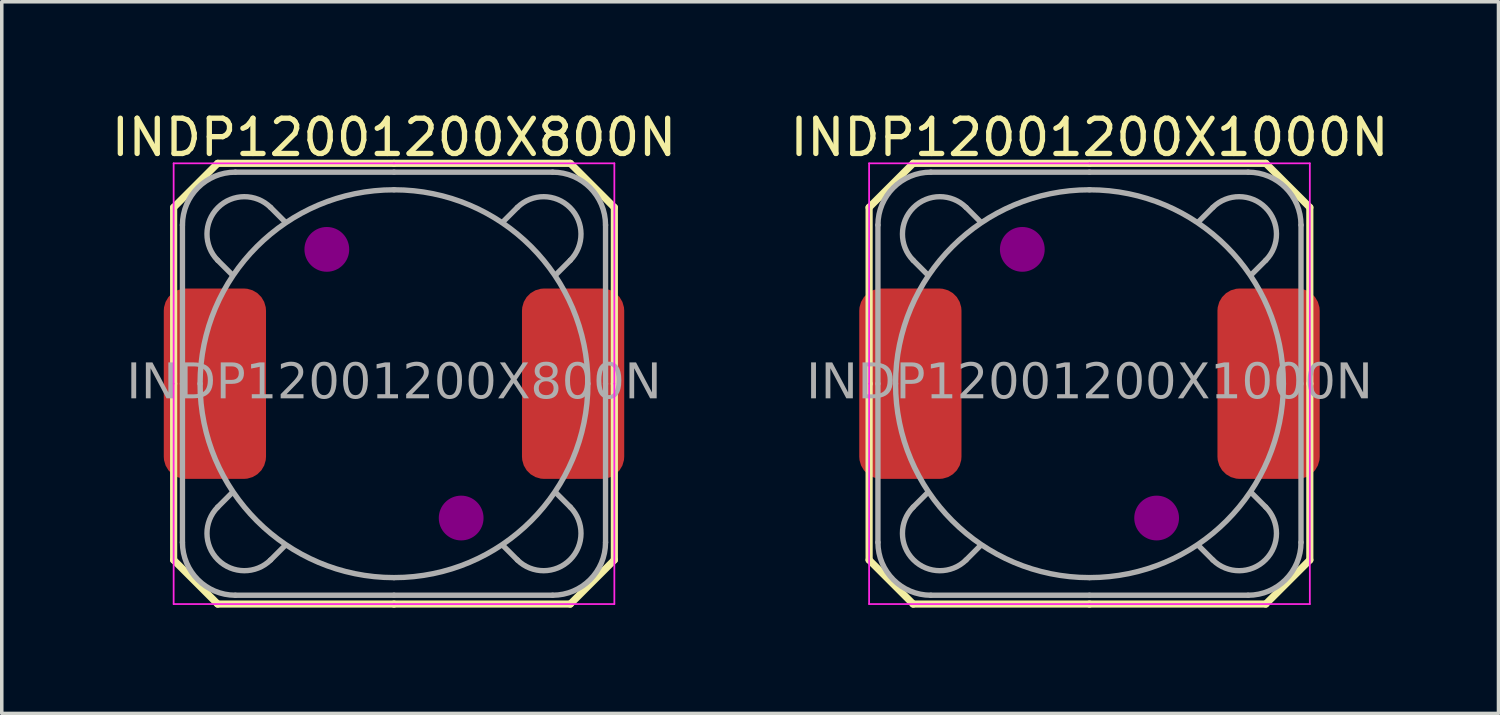
<source format=kicad_pcb>
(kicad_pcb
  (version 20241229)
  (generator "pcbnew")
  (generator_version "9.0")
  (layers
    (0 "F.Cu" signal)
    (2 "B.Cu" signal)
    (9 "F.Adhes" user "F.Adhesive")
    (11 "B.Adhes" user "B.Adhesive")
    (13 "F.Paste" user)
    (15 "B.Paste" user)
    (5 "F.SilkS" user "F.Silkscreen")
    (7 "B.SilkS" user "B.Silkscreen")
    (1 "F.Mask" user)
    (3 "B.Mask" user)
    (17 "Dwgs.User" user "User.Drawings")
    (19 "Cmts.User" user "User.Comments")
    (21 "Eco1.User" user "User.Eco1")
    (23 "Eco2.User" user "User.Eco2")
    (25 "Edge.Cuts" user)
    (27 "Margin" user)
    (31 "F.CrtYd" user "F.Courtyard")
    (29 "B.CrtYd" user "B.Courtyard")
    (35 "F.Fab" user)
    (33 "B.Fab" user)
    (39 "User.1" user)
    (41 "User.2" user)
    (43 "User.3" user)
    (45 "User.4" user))
  (footprint "INDP12001200X1000N"
    (layer "F.Cu")
    (at 27.851 7.833)
    (property "Reference" "INDP12001200X1000N" (at 0 -6.985 0) (layer "F.SilkS") (effects (font (size 1 1) (thickness 0.15))))
    (attr smd)
    (fp_line (start -6.25 -5) (end -6.25 0) (stroke (width 0.203) (type solid)) (layer "F.SilkS"))
    (fp_line (start -6.25 -5) (end -5 -6.25) (stroke (width 0.203) (type solid)) (layer "F.SilkS"))
    (fp_line (start -6.25 5) (end -6.25 -0.000004) (stroke (width 0.203) (type solid)) (layer "F.SilkS"))
    (fp_line (start -5 -6.25) (end 0 -6.25) (stroke (width 0.203) (type solid)) (layer "F.SilkS"))
    (fp_line (start -5 6.25) (end -6.25 5) (stroke (width 0.203) (type solid)) (layer "F.SilkS"))
    (fp_line (start -5 6.25) (end 0 6.25) (stroke (width 0.203) (type solid)) (layer "F.SilkS"))
    (fp_line (start 5 -6.25) (end -0.000004 -6.25) (stroke (width 0.203) (type solid)) (layer "F.SilkS"))
    (fp_line (start 5 -6.25) (end 6.25 -5) (stroke (width 0.203) (type solid)) (layer "F.SilkS"))
    (fp_line (start 5 6.25) (end -0.000004 6.25) (stroke (width 0.203) (type solid)) (layer "F.SilkS"))
    (fp_line (start 6.25 -5) (end 6.25 0) (stroke (width 0.203) (type solid)) (layer "F.SilkS"))
    (fp_line (start 6.25 5) (end 5 6.25) (stroke (width 0.203) (type solid)) (layer "F.SilkS"))
    (fp_line (start 6.25 5) (end 6.25 -0.000004) (stroke (width 0.203) (type solid)) (layer "F.SilkS"))
    (fp_circle (center -1.905 -3.81) (end -1.27 -3.81) (stroke (width 0) (type solid)) (fill yes) (layer "F.Adhes"))
    (fp_circle (center 1.905 3.81) (end 1.27 3.81) (stroke (width 0) (type solid)) (fill yes) (layer "F.Adhes"))
    (fp_line (start -6.25 -0.000004) (end -6.25 6.25) (stroke (width 0.05) (type solid)) (layer "F.CrtYd"))
    (fp_line (start -6.25 0) (end -6.25 -6.25) (stroke (width 0.05) (type solid)) (layer "F.CrtYd"))
    (fp_line (start -0.000004 -6.25) (end 6.25 -6.25) (stroke (width 0.05) (type solid)) (layer "F.CrtYd"))
    (fp_line (start -0.000004 6.25) (end 6.25 6.25) (stroke (width 0.05) (type solid)) (layer "F.CrtYd"))
    (fp_line (start 0 -6.25) (end -6.25 -6.25) (stroke (width 0.05) (type solid)) (layer "F.CrtYd"))
    (fp_line (start 0 6.25) (end -6.25 6.25) (stroke (width 0.05) (type solid)) (layer "F.CrtYd"))
    (fp_line (start 6.25 -0.000004) (end 6.25 6.25) (stroke (width 0.05) (type solid)) (layer "F.CrtYd"))
    (fp_line (start 6.25 0) (end 6.25 -6.25) (stroke (width 0.05) (type solid)) (layer "F.CrtYd"))
    (fp_line (start -6 0) (end -6 -4.5) (stroke (width 0.152) (type solid)) (layer "F.Fab"))
    (fp_line (start -6 4.5) (end -6 -0.000004) (stroke (width 0.152) (type solid)) (layer "F.Fab"))
    (fp_line (start -5 -3.5) (end -4.6 -3.1) (stroke (width 0.152) (type solid)) (layer "F.Fab"))
    (fp_line (start -5 3.5) (end -4.6 3.1) (stroke (width 0.152) (type solid)) (layer "F.Fab"))
    (fp_line (start -4.5 -6) (end 0 -6) (stroke (width 0.152) (type solid)) (layer "F.Fab"))
    (fp_line (start -3.5 -5) (end -3.1 -4.6) (stroke (width 0.152) (type solid)) (layer "F.Fab"))
    (fp_line (start -3.5 5) (end -3.1 4.6) (stroke (width 0.152) (type solid)) (layer "F.Fab"))
    (fp_line (start -0.000004 -6) (end 4.5 -6) (stroke (width 0.152) (type solid)) (layer "F.Fab"))
    (fp_line (start 0 6) (end -4.5 6) (stroke (width 0.152) (type solid)) (layer "F.Fab"))
    (fp_line (start 3.5 -5) (end 3.1 -4.6) (stroke (width 0.152) (type solid)) (layer "F.Fab"))
    (fp_line (start 3.5 5) (end 3.1 4.6) (stroke (width 0.152) (type solid)) (layer "F.Fab"))
    (fp_line (start 4.5 6) (end -0.000004 6) (stroke (width 0.152) (type solid)) (layer "F.Fab"))
    (fp_line (start 5 -3.5) (end 4.6 -3.1) (stroke (width 0.152) (type solid)) (layer "F.Fab"))
    (fp_line (start 5 3.5) (end 4.6 3.1) (stroke (width 0.152) (type solid)) (layer "F.Fab"))
    (fp_line (start 6 -4.5) (end 6 0) (stroke (width 0.152) (type solid)) (layer "F.Fab"))
    (fp_line (start 6 -0.000004) (end 6 4.5) (stroke (width 0.152) (type solid)) (layer "F.Fab"))
    (fp_arc (start -6 -4.5) (mid -5.56066 -5.56066) (end -4.5 -6) (stroke (width 0.1524) (type solid)) (layer "F.Fab"))
    (fp_arc (start -5.5 0) (mid -3.889088 -3.889088) (end 0 -5.5) (stroke (width 0.1524) (type solid)) (layer "F.Fab"))
    (fp_arc (start -4.999998 -3.500002) (mid -4.999998 -4.999998) (end -3.500002 -4.999998) (stroke (width 0.1524) (type solid)) (layer "F.Fab"))
    (fp_arc (start -4.5 5.999996) (mid -5.56066 5.560656) (end -6 4.499996) (stroke (width 0.1524) (type solid)) (layer "F.Fab"))
    (fp_arc (start -3.500002 4.999994) (mid -4.999998 4.999994) (end -4.999998 3.499998) (stroke (width 0.1524) (type solid)) (layer "F.Fab"))
    (fp_arc (start -0.000004 -5.5) (mid 3.889084 -3.889088) (end 5.499996 0) (stroke (width 0.1524) (type solid)) (layer "F.Fab"))
    (fp_arc (start 0 5.499996) (mid -3.889088 3.889084) (end -5.5 -0.000004) (stroke (width 0.1524) (type solid)) (layer "F.Fab"))
    (fp_arc (start 3.499998 -4.999998) (mid 4.999994 -4.999998) (end 4.999994 -3.500002) (stroke (width 0.1524) (type solid)) (layer "F.Fab"))
    (fp_arc (start 4.499996 -6) (mid 5.560656 -5.56066) (end 5.999996 -4.5) (stroke (width 0.1524) (type solid)) (layer "F.Fab"))
    (fp_arc (start 4.999994 3.499998) (mid 4.999994 4.999994) (end 3.499998 4.999994) (stroke (width 0.1524) (type solid)) (layer "F.Fab"))
    (fp_arc (start 5.499996 -0.000004) (mid 3.889084 3.889084) (end -0.000004 5.499996) (stroke (width 0.1524) (type solid)) (layer "F.Fab"))
    (fp_arc (start 5.999996 4.499996) (mid 5.560656 5.560656) (end 4.499996 5.999996) (stroke (width 0.1524) (type solid)) (layer "F.Fab"))
    (fp_text user "${REFERENCE}" (at -0.000002 -0.000002 0) (layer "F.Fab") (effects (font (face "Tahoma") (size 1 1) (thickness 0.15))))
    (pad "1" smd roundrect (at -5.08 0) (size 2.9 5.4) (layers "F.Cu" "F.Mask" "F.Paste") (roundrect_rratio 0.217))
    (pad "2" smd roundrect (at 5.08 0) (size 2.9 5.4) (layers "F.Cu" "F.Mask" "F.Paste") (roundrect_rratio 0.217)))
  (footprint "INDP12001200X800N"
    (layer "F.Cu")
    (at 8.125 7.833)
    (property "Reference" "INDP12001200X800N" (at 0 -6.985 0) (layer "F.SilkS") (effects (font (size 1 1) (thickness 0.15))))
    (attr smd)
    (fp_line (start -6.25 -5) (end -6.25 0) (stroke (width 0.203) (type solid)) (layer "F.SilkS"))
    (fp_line (start -6.25 -5) (end -5 -6.25) (stroke (width 0.203) (type solid)) (layer "F.SilkS"))
    (fp_line (start -6.25 5) (end -6.25 -0.000004) (stroke (width 0.203) (type solid)) (layer "F.SilkS"))
    (fp_line (start -5 -6.25) (end 0 -6.25) (stroke (width 0.203) (type solid)) (layer "F.SilkS"))
    (fp_line (start -5 6.25) (end -6.25 5) (stroke (width 0.203) (type solid)) (layer "F.SilkS"))
    (fp_line (start -5 6.25) (end 0 6.25) (stroke (width 0.203) (type solid)) (layer "F.SilkS"))
    (fp_line (start 5 -6.25) (end -0.000004 -6.25) (stroke (width 0.203) (type solid)) (layer "F.SilkS"))
    (fp_line (start 5 -6.25) (end 6.25 -5) (stroke (width 0.203) (type solid)) (layer "F.SilkS"))
    (fp_line (start 5 6.25) (end -0.000004 6.25) (stroke (width 0.203) (type solid)) (layer "F.SilkS"))
    (fp_line (start 6.25 -5) (end 6.25 0) (stroke (width 0.203) (type solid)) (layer "F.SilkS"))
    (fp_line (start 6.25 5) (end 5 6.25) (stroke (width 0.203) (type solid)) (layer "F.SilkS"))
    (fp_line (start 6.25 5) (end 6.25 -0.000004) (stroke (width 0.203) (type solid)) (layer "F.SilkS"))
    (fp_circle (center -1.905 -3.81) (end -1.27 -3.81) (stroke (width 0) (type solid)) (fill yes) (layer "F.Adhes"))
    (fp_circle (center 1.905 3.81) (end 1.27 3.81) (stroke (width 0) (type solid)) (fill yes) (layer "F.Adhes"))
    (fp_line (start -6.25 -0.000004) (end -6.25 6.25) (stroke (width 0.05) (type solid)) (layer "F.CrtYd"))
    (fp_line (start -6.25 0) (end -6.25 -6.25) (stroke (width 0.05) (type solid)) (layer "F.CrtYd"))
    (fp_line (start -0.000004 -6.25) (end 6.25 -6.25) (stroke (width 0.05) (type solid)) (layer "F.CrtYd"))
    (fp_line (start -0.000004 6.25) (end 6.25 6.25) (stroke (width 0.05) (type solid)) (layer "F.CrtYd"))
    (fp_line (start 0 -6.25) (end -6.25 -6.25) (stroke (width 0.05) (type solid)) (layer "F.CrtYd"))
    (fp_line (start 0 6.25) (end -6.25 6.25) (stroke (width 0.05) (type solid)) (layer "F.CrtYd"))
    (fp_line (start 6.25 -0.000004) (end 6.25 6.25) (stroke (width 0.05) (type solid)) (layer "F.CrtYd"))
    (fp_line (start 6.25 0) (end 6.25 -6.25) (stroke (width 0.05) (type solid)) (layer "F.CrtYd"))
    (fp_line (start -6 0) (end -6 -4.5) (stroke (width 0.152) (type solid)) (layer "F.Fab"))
    (fp_line (start -6 4.5) (end -6 -0.000004) (stroke (width 0.152) (type solid)) (layer "F.Fab"))
    (fp_line (start -5 -3.5) (end -4.6 -3.1) (stroke (width 0.152) (type solid)) (layer "F.Fab"))
    (fp_line (start -5 3.5) (end -4.6 3.1) (stroke (width 0.152) (type solid)) (layer "F.Fab"))
    (fp_line (start -4.5 -6) (end 0 -6) (stroke (width 0.152) (type solid)) (layer "F.Fab"))
    (fp_line (start -3.5 -5) (end -3.1 -4.6) (stroke (width 0.152) (type solid)) (layer "F.Fab"))
    (fp_line (start -3.5 5) (end -3.1 4.6) (stroke (width 0.152) (type solid)) (layer "F.Fab"))
    (fp_line (start -0.000004 -6) (end 4.5 -6) (stroke (width 0.152) (type solid)) (layer "F.Fab"))
    (fp_line (start 0 6) (end -4.5 6) (stroke (width 0.152) (type solid)) (layer "F.Fab"))
    (fp_line (start 3.5 -5) (end 3.1 -4.6) (stroke (width 0.152) (type solid)) (layer "F.Fab"))
    (fp_line (start 3.5 5) (end 3.1 4.6) (stroke (width 0.152) (type solid)) (layer "F.Fab"))
    (fp_line (start 4.5 6) (end -0.000004 6) (stroke (width 0.152) (type solid)) (layer "F.Fab"))
    (fp_line (start 5 -3.5) (end 4.6 -3.1) (stroke (width 0.152) (type solid)) (layer "F.Fab"))
    (fp_line (start 5 3.5) (end 4.6 3.1) (stroke (width 0.152) (type solid)) (layer "F.Fab"))
    (fp_line (start 6 -4.5) (end 6 0) (stroke (width 0.152) (type solid)) (layer "F.Fab"))
    (fp_line (start 6 -0.000004) (end 6 4.5) (stroke (width 0.152) (type solid)) (layer "F.Fab"))
    (fp_arc (start -6 -4.5) (mid -5.56066 -5.56066) (end -4.5 -6) (stroke (width 0.1524) (type solid)) (layer "F.Fab"))
    (fp_arc (start -5.5 0) (mid -3.889088 -3.889088) (end 0 -5.5) (stroke (width 0.1524) (type solid)) (layer "F.Fab"))
    (fp_arc (start -4.999998 -3.500002) (mid -4.999998 -4.999998) (end -3.500002 -4.999998) (stroke (width 0.1524) (type solid)) (layer "F.Fab"))
    (fp_arc (start -4.5 5.999996) (mid -5.56066 5.560656) (end -6 4.499996) (stroke (width 0.1524) (type solid)) (layer "F.Fab"))
    (fp_arc (start -3.500002 4.999994) (mid -4.999998 4.999994) (end -4.999998 3.499998) (stroke (width 0.1524) (type solid)) (layer "F.Fab"))
    (fp_arc (start -0.000004 -5.5) (mid 3.889084 -3.889088) (end 5.499996 0) (stroke (width 0.1524) (type solid)) (layer "F.Fab"))
    (fp_arc (start 0 5.499996) (mid -3.889088 3.889084) (end -5.5 -0.000004) (stroke (width 0.1524) (type solid)) (layer "F.Fab"))
    (fp_arc (start 3.499998 -4.999998) (mid 4.999994 -4.999998) (end 4.999994 -3.500002) (stroke (width 0.1524) (type solid)) (layer "F.Fab"))
    (fp_arc (start 4.499996 -6) (mid 5.560656 -5.56066) (end 5.999996 -4.5) (stroke (width 0.1524) (type solid)) (layer "F.Fab"))
    (fp_arc (start 4.999994 3.499998) (mid 4.999994 4.999994) (end 3.499998 4.999994) (stroke (width 0.1524) (type solid)) (layer "F.Fab"))
    (fp_arc (start 5.499996 -0.000004) (mid 3.889084 3.889084) (end -0.000004 5.499996) (stroke (width 0.1524) (type solid)) (layer "F.Fab"))
    (fp_arc (start 5.999996 4.499996) (mid 5.560656 5.560656) (end 4.499996 5.999996) (stroke (width 0.1524) (type solid)) (layer "F.Fab"))
    (fp_text user "${REFERENCE}" (at -0.000002 -0.000002 0) (layer "F.Fab") (effects (font (face "Tahoma") (size 1 1) (thickness 0.15))))
    (pad "1" smd roundrect (at -5.08 0) (size 2.9 5.4) (layers "F.Cu" "F.Mask" "F.Paste") (roundrect_rratio 0.217))
    (pad "2" smd roundrect (at 5.08 0) (size 2.9 5.4) (layers "F.Cu" "F.Mask" "F.Paste") (roundrect_rratio 0.217)))
  (gr_rect
    (start -3 -3)
    (end 39.452 17.185)
    (stroke (width 0.1) (type default))
    (fill no)
    (layer "Edge.Cuts")))
</source>
